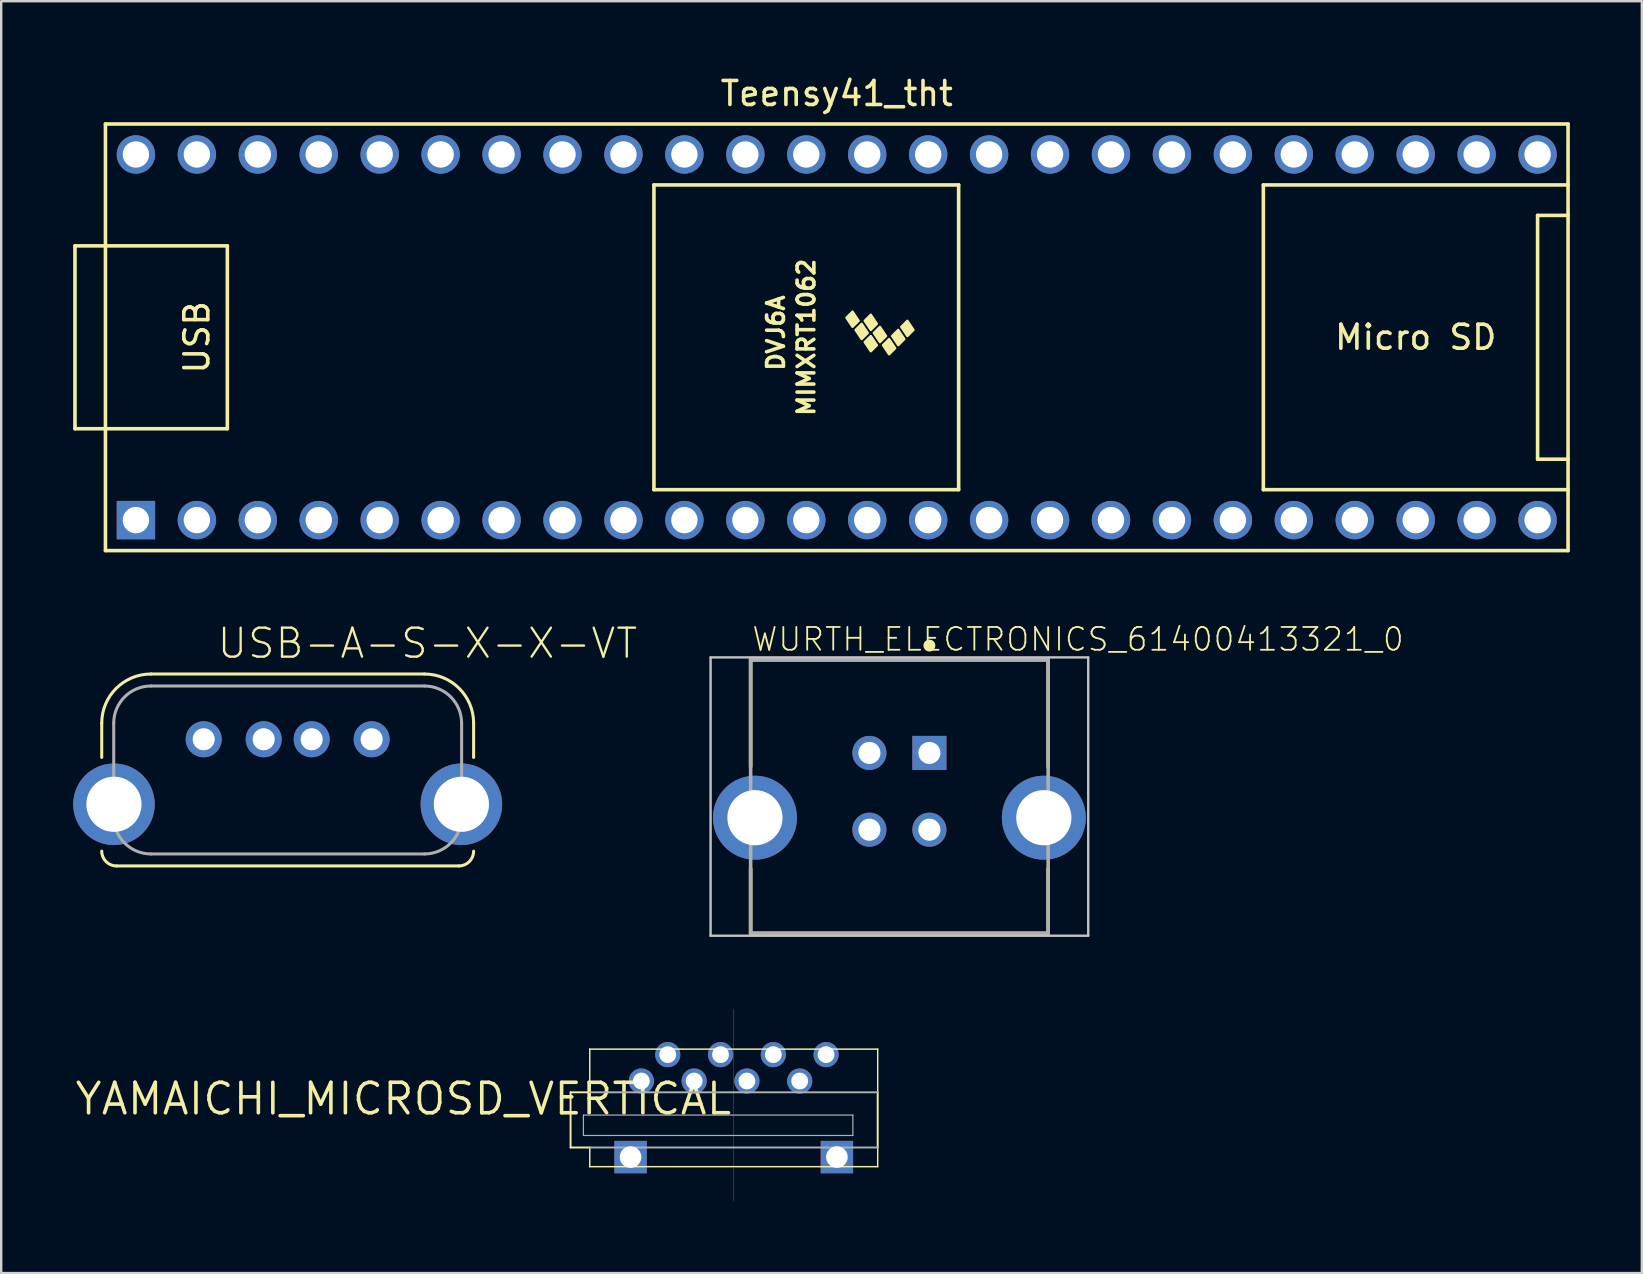
<source format=kicad_pcb>
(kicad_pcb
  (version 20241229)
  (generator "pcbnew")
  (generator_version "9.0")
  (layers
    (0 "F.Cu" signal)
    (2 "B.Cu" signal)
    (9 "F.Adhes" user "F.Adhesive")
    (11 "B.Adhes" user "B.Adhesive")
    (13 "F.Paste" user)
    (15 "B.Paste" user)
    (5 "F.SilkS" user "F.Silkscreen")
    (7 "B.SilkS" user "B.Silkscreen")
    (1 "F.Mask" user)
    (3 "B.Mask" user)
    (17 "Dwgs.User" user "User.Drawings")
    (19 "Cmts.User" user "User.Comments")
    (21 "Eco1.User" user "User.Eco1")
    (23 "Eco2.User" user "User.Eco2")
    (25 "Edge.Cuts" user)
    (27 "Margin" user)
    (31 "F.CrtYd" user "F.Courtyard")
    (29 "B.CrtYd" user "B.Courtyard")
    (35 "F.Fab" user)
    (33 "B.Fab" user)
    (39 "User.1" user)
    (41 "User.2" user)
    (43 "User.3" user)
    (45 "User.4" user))
  (footprint "Teensy41_tht"
    (layer "F.Cu")
    (at 31.825 11.008)
    (property "Reference" "Teensy41_tht" (at 0 -10.16 0) (layer "F.SilkS") (effects (font (size 1 1) (thickness 0.15))))
    (attr through_hole)
    (fp_line (start -31.75 -3.81) (end -30.48 -3.81) (stroke (width 0.15) (type solid)) (layer "F.SilkS"))
    (fp_line (start -31.75 3.81) (end -31.75 -3.81) (stroke (width 0.15) (type solid)) (layer "F.SilkS"))
    (fp_line (start -30.48 -8.89) (end 30.48 -8.89) (stroke (width 0.15) (type solid)) (layer "F.SilkS"))
    (fp_line (start -30.48 3.81) (end -31.75 3.81) (stroke (width 0.15) (type solid)) (layer "F.SilkS"))
    (fp_line (start -30.48 8.89) (end -30.48 -8.89) (stroke (width 0.15) (type solid)) (layer "F.SilkS"))
    (fp_line (start -25.4 -3.81) (end -30.48 -3.81) (stroke (width 0.15) (type solid)) (layer "F.SilkS"))
    (fp_line (start -25.4 3.81) (end -30.48 3.81) (stroke (width 0.15) (type solid)) (layer "F.SilkS"))
    (fp_line (start -25.4 3.81) (end -25.4 -3.81) (stroke (width 0.15) (type solid)) (layer "F.SilkS"))
    (fp_line (start -7.62 -6.35) (end -7.62 6.35) (stroke (width 0.15) (type solid)) (layer "F.SilkS"))
    (fp_line (start -7.62 6.35) (end 5.08 6.35) (stroke (width 0.15) (type solid)) (layer "F.SilkS"))
    (fp_line (start 5.08 -6.35) (end -7.62 -6.35) (stroke (width 0.15) (type solid)) (layer "F.SilkS"))
    (fp_line (start 5.08 6.35) (end 5.08 -6.35) (stroke (width 0.15) (type solid)) (layer "F.SilkS"))
    (fp_line (start 17.78 -6.35) (end 17.78 6.35) (stroke (width 0.15) (type solid)) (layer "F.SilkS"))
    (fp_line (start 17.78 6.35) (end 30.48 6.35) (stroke (width 0.15) (type solid)) (layer "F.SilkS"))
    (fp_line (start 29.21 -5.08) (end 29.21 5.08) (stroke (width 0.15) (type solid)) (layer "F.SilkS"))
    (fp_line (start 29.21 5.08) (end 30.48 5.08) (stroke (width 0.15) (type solid)) (layer "F.SilkS"))
    (fp_line (start 30.48 -8.89) (end 30.48 8.89) (stroke (width 0.15) (type solid)) (layer "F.SilkS"))
    (fp_line (start 30.48 -6.35) (end 17.78 -6.35) (stroke (width 0.15) (type solid)) (layer "F.SilkS"))
    (fp_line (start 30.48 -5.08) (end 29.21 -5.08) (stroke (width 0.15) (type solid)) (layer "F.SilkS"))
    (fp_line (start 30.48 8.89) (end -30.48 8.89) (stroke (width 0.15) (type solid)) (layer "F.SilkS"))
    (fp_poly (pts (xy 0.911 -0.688) (xy 0.657 -0.434) (xy 0.403 -0.815) (xy 0.657 -1.069)) (stroke (width 0.1) (type solid)) (fill yes) (layer "F.SilkS"))
    (fp_poly (pts (xy 1.292 -0.18) (xy 1.038 0.074) (xy 0.784 -0.307) (xy 1.038 -0.561)) (stroke (width 0.1) (type solid)) (fill yes) (layer "F.SilkS"))
    (fp_poly (pts (xy 1.673 -0.561) (xy 1.419 -0.307) (xy 1.165 -0.688) (xy 1.419 -0.942)) (stroke (width 0.1) (type solid)) (fill yes) (layer "F.SilkS"))
    (fp_poly (pts (xy 1.673 0.328) (xy 1.419 0.582) (xy 1.165 0.201) (xy 1.419 -0.053)) (stroke (width 0.1) (type solid)) (fill yes) (layer "F.SilkS"))
    (fp_poly (pts (xy 2.054 -0.053) (xy 1.8 0.201) (xy 1.546 -0.18) (xy 1.8 -0.434)) (stroke (width 0.1) (type solid)) (fill yes) (layer "F.SilkS"))
    (fp_poly (pts (xy 2.435 0.455) (xy 2.181 0.709) (xy 1.927 0.328) (xy 2.181 0.074)) (stroke (width 0.1) (type solid)) (fill yes) (layer "F.SilkS"))
    (fp_poly (pts (xy 2.816 0.074) (xy 2.562 0.328) (xy 2.308 -0.053) (xy 2.562 -0.307)) (stroke (width 0.1) (type solid)) (fill yes) (layer "F.SilkS"))
    (fp_poly (pts (xy 3.197 -0.307) (xy 2.943 -0.053) (xy 2.689 -0.434) (xy 2.943 -0.688)) (stroke (width 0.1) (type solid)) (fill yes) (layer "F.SilkS"))
    (fp_text user "USB" (at -26.67 0 270) (layer "F.SilkS") (effects (font (size 1 1) (thickness 0.15))))
    (fp_text user "Micro SD" (at 24.13 0 0) (layer "F.SilkS") (effects (font (size 1 1) (thickness 0.15))))
    (fp_text user "DVJ6A" (at -2.54 -0.18 270) (layer "F.SilkS") (effects (font (size 0.7 0.7) (thickness 0.15))))
    (fp_text user "MIMXRT1062" (at -1.27 0 270) (layer "F.SilkS") (effects (font (size 0.7 0.7) (thickness 0.15))))
    (pad "1" thru_hole rect (at -29.21 7.62) (size 1.6 1.6) (drill 1.1) (layers "*.Cu" "*.Mask"))
    (pad "2" thru_hole circle (at -26.67 7.62) (size 1.6 1.6) (drill 1.1) (layers "*.Cu" "*.Mask"))
    (pad "3" thru_hole circle (at -24.13 7.62) (size 1.6 1.6) (drill 1.1) (layers "*.Cu" "*.Mask"))
    (pad "4" thru_hole circle (at -21.59 7.62) (size 1.6 1.6) (drill 1.1) (layers "*.Cu" "*.Mask"))
    (pad "5" thru_hole circle (at -19.05 7.62) (size 1.6 1.6) (drill 1.1) (layers "*.Cu" "*.Mask"))
    (pad "6" thru_hole circle (at -16.51 7.62) (size 1.6 1.6) (drill 1.1) (layers "*.Cu" "*.Mask"))
    (pad "7" thru_hole circle (at -13.97 7.62) (size 1.6 1.6) (drill 1.1) (layers "*.Cu" "*.Mask"))
    (pad "8" thru_hole circle (at -11.43 7.62) (size 1.6 1.6) (drill 1.1) (layers "*.Cu" "*.Mask"))
    (pad "9" thru_hole circle (at -8.89 7.62) (size 1.6 1.6) (drill 1.1) (layers "*.Cu" "*.Mask"))
    (pad "10" thru_hole circle (at -6.35 7.62) (size 1.6 1.6) (drill 1.1) (layers "*.Cu" "*.Mask"))
    (pad "11" thru_hole circle (at -3.81 7.62) (size 1.6 1.6) (drill 1.1) (layers "*.Cu" "*.Mask"))
    (pad "12" thru_hole circle (at -1.27 7.62) (size 1.6 1.6) (drill 1.1) (layers "*.Cu" "*.Mask"))
    (pad "13" thru_hole circle (at 1.27 7.62) (size 1.6 1.6) (drill 1.1) (layers "*.Cu" "*.Mask"))
    (pad "14" thru_hole circle (at 3.81 7.62) (size 1.6 1.6) (drill 1.1) (layers "*.Cu" "*.Mask"))
    (pad "15" thru_hole circle (at 6.35 7.62) (size 1.6 1.6) (drill 1.1) (layers "*.Cu" "*.Mask"))
    (pad "16" thru_hole circle (at 8.89 7.62) (size 1.6 1.6) (drill 1.1) (layers "*.Cu" "*.Mask"))
    (pad "17" thru_hole circle (at 11.43 7.62) (size 1.6 1.6) (drill 1.1) (layers "*.Cu" "*.Mask"))
    (pad "18" thru_hole circle (at 13.97 7.62) (size 1.6 1.6) (drill 1.1) (layers "*.Cu" "*.Mask"))
    (pad "19" thru_hole circle (at 16.51 7.62) (size 1.6 1.6) (drill 1.1) (layers "*.Cu" "*.Mask"))
    (pad "20" thru_hole circle (at 19.05 7.62) (size 1.6 1.6) (drill 1.1) (layers "*.Cu" "*.Mask"))
    (pad "21" thru_hole circle (at 21.59 7.62) (size 1.6 1.6) (drill 1.1) (layers "*.Cu" "*.Mask"))
    (pad "22" thru_hole circle (at 24.13 7.62) (size 1.6 1.6) (drill 1.1) (layers "*.Cu" "*.Mask"))
    (pad "23" thru_hole circle (at 26.67 7.62) (size 1.6 1.6) (drill 1.1) (layers "*.Cu" "*.Mask"))
    (pad "24" thru_hole circle (at 29.21 7.62) (size 1.6 1.6) (drill 1.1) (layers "*.Cu" "*.Mask"))
    (pad "25" thru_hole circle (at 29.21 -7.62) (size 1.6 1.6) (drill 1.1) (layers "*.Cu" "*.Mask"))
    (pad "26" thru_hole circle (at 26.67 -7.62) (size 1.6 1.6) (drill 1.1) (layers "*.Cu" "*.Mask"))
    (pad "27" thru_hole circle (at 24.13 -7.62) (size 1.6 1.6) (drill 1.1) (layers "*.Cu" "*.Mask"))
    (pad "28" thru_hole circle (at 21.59 -7.62) (size 1.6 1.6) (drill 1.1) (layers "*.Cu" "*.Mask"))
    (pad "29" thru_hole circle (at 19.05 -7.62) (size 1.6 1.6) (drill 1.1) (layers "*.Cu" "*.Mask"))
    (pad "30" thru_hole circle (at 16.51 -7.62) (size 1.6 1.6) (drill 1.1) (layers "*.Cu" "*.Mask"))
    (pad "31" thru_hole circle (at 13.97 -7.62) (size 1.6 1.6) (drill 1.1) (layers "*.Cu" "*.Mask"))
    (pad "32" thru_hole circle (at 11.43 -7.62) (size 1.6 1.6) (drill 1.1) (layers "*.Cu" "*.Mask"))
    (pad "33" thru_hole circle (at 8.89 -7.62) (size 1.6 1.6) (drill 1.1) (layers "*.Cu" "*.Mask"))
    (pad "34" thru_hole circle (at 6.35 -7.62) (size 1.6 1.6) (drill 1.1) (layers "*.Cu" "*.Mask"))
    (pad "35" thru_hole circle (at 3.81 -7.62) (size 1.6 1.6) (drill 1.1) (layers "*.Cu" "*.Mask"))
    (pad "36" thru_hole circle (at 1.27 -7.62) (size 1.6 1.6) (drill 1.1) (layers "*.Cu" "*.Mask"))
    (pad "37" thru_hole circle (at -1.27 -7.62) (size 1.6 1.6) (drill 1.1) (layers "*.Cu" "*.Mask"))
    (pad "38" thru_hole circle (at -3.81 -7.62) (size 1.6 1.6) (drill 1.1) (layers "*.Cu" "*.Mask"))
    (pad "39" thru_hole circle (at -6.35 -7.62) (size 1.6 1.6) (drill 1.1) (layers "*.Cu" "*.Mask"))
    (pad "40" thru_hole circle (at -8.89 -7.62) (size 1.6 1.6) (drill 1.1) (layers "*.Cu" "*.Mask"))
    (pad "41" thru_hole circle (at -11.43 -7.62) (size 1.6 1.6) (drill 1.1) (layers "*.Cu" "*.Mask"))
    (pad "42" thru_hole circle (at -13.97 -7.62) (size 1.6 1.6) (drill 1.1) (layers "*.Cu" "*.Mask"))
    (pad "43" thru_hole circle (at -16.51 -7.62) (size 1.6 1.6) (drill 1.1) (layers "*.Cu" "*.Mask"))
    (pad "44" thru_hole circle (at -19.05 -7.62) (size 1.6 1.6) (drill 1.1) (layers "*.Cu" "*.Mask"))
    (pad "45" thru_hole circle (at -21.59 -7.62) (size 1.6 1.6) (drill 1.1) (layers "*.Cu" "*.Mask"))
    (pad "46" thru_hole circle (at -24.13 -7.62) (size 1.6 1.6) (drill 1.1) (layers "*.Cu" "*.Mask"))
    (pad "47" thru_hole circle (at -26.67 -7.62) (size 1.6 1.6) (drill 1.1) (layers "*.Cu" "*.Mask"))
    (pad "48" thru_hole circle (at -29.21 -7.62) (size 1.6 1.6) (drill 1.1) (layers "*.Cu" "*.Mask")))
  (footprint "WURTH_ELECTRONICS_61400413321_0"
    (layer "F.Cu")
    (at 34.436 30.151)
    (property "Reference" "WURTH_ELECTRONICS_61400413321_0" (at -6.2 -6 180) (layer "F.SilkS") (effects (font (size 0.95 0.95) (thickness 0.076)) (justify left bottom)))
    (attr through_hole)
    (fp_line (start -6.2 -5.7) (end 6.2 -5.7) (stroke (width 0.15) (type solid)) (layer "F.SilkS"))
    (fp_line (start -6.2 -1.245) (end -6.2 -5.7) (stroke (width 0.15) (type solid)) (layer "F.SilkS"))
    (fp_line (start -6.2 5.7) (end -6.2 3.005) (stroke (width 0.15) (type solid)) (layer "F.SilkS"))
    (fp_line (start -6.2 5.7) (end 6.2 5.7) (stroke (width 0.15) (type solid)) (layer "F.SilkS"))
    (fp_line (start 6.2 -1.245) (end 6.2 -5.7) (stroke (width 0.15) (type solid)) (layer "F.SilkS"))
    (fp_line (start 6.2 5.7) (end 6.2 3.005) (stroke (width 0.15) (type solid)) (layer "F.SilkS"))
    (fp_circle (center 1.25 -6.295) (end 1.375 -6.295) (stroke (width 0.25) (type solid)) (fill no) (layer "F.SilkS"))
    (fp_line (start -7.87 -5.8) (end 7.87 -5.8) (stroke (width 0.1) (type solid)) (layer "Dwgs.User"))
    (fp_line (start -7.87 5.8) (end -7.87 -5.8) (stroke (width 0.1) (type solid)) (layer "Dwgs.User"))
    (fp_line (start 7.87 -5.8) (end 7.87 5.8) (stroke (width 0.1) (type solid)) (layer "Dwgs.User"))
    (fp_line (start 7.87 5.8) (end -7.87 5.8) (stroke (width 0.1) (type solid)) (layer "Dwgs.User"))
    (fp_line (start -6.2 -5.7) (end 6.2 -5.7) (stroke (width 0.15) (type solid)) (layer "F.Fab"))
    (fp_line (start -6.2 5.7) (end -6.2 -5.7) (stroke (width 0.15) (type solid)) (layer "F.Fab"))
    (fp_line (start 6.2 -5.7) (end 6.2 5.7) (stroke (width 0.15) (type solid)) (layer "F.Fab"))
    (fp_line (start 6.2 5.7) (end -6.2 5.7) (stroke (width 0.15) (type solid)) (layer "F.Fab"))
    (pad "1" thru_hole rect (at 1.25 -1.82) (size 1.42 1.42) (drill 0.92) (layers "*.Cu" "*.Mask"))
    (pad "2" thru_hole circle (at -1.25 -1.82) (size 1.42 1.42) (drill 0.92) (layers "*.Cu" "*.Mask"))
    (pad "3" thru_hole circle (at -1.25 1.38) (size 1.42 1.42) (drill 0.92) (layers "*.Cu" "*.Mask"))
    (pad "4" thru_hole circle (at 1.25 1.38) (size 1.42 1.42) (drill 0.92) (layers "*.Cu" "*.Mask"))
    (pad "5" thru_hole circle (at -6.02 0.88) (size 3.5 3.5) (drill 2.3) (layers "*.Cu" "*.Mask"))
    (pad "6" thru_hole circle (at 6.02 0.88) (size 3.5 3.5) (drill 2.3) (layers "*.Cu" "*.Mask")))
  (footprint "YAMAICHI_MICROSD_VERTICAL"
    (layer "F.Cu")
    (at 27.531 42.006)
    (property "Reference" "YAMAICHI_MICROSD_VERTICAL" (at 0 0 0) (layer "F.SilkS") (effects (font (size 1.27 1.27) (thickness 0.15)) (justify right top)))
    (attr through_hole)
    (fp_line (start -6.8 0.47) (end -6 0.47) (stroke (width 0.08) (type solid)) (layer "F.SilkS"))
    (fp_line (start -6.8 2.77) (end -6.8 0.47) (stroke (width 0.08) (type solid)) (layer "F.SilkS"))
    (fp_line (start -6 -1.33) (end 6 -1.33) (stroke (width 0.06) (type solid)) (layer "F.SilkS"))
    (fp_line (start -6 0.47) (end -6 -1.33) (stroke (width 0.06) (type solid)) (layer "F.SilkS"))
    (fp_line (start -6 2.77) (end -6.8 2.77) (stroke (width 0.08) (type solid)) (layer "F.SilkS"))
    (fp_line (start -6 2.77) (end -6 3.57) (stroke (width 0.06) (type solid)) (layer "F.SilkS"))
    (fp_line (start -6 3.57) (end 6 3.57) (stroke (width 0.06) (type solid)) (layer "F.SilkS"))
    (fp_line (start 6 -1.33) (end 6 0.47) (stroke (width 0.06) (type solid)) (layer "F.SilkS"))
    (fp_line (start 6 0.47) (end 6 2.77) (stroke (width 0.08) (type solid)) (layer "F.SilkS"))
    (fp_line (start 6 3.57) (end 6 2.77) (stroke (width 0.06) (type solid)) (layer "F.SilkS"))
    (fp_line (start -6.265 1.42) (end 4.965 1.42) (stroke (width 0.05) (type solid)) (layer "F.Fab"))
    (fp_line (start -6.265 2.27) (end -6.265 1.42) (stroke (width 0.05) (type solid)) (layer "F.Fab"))
    (fp_line (start -6 0.47) (end 6 0.47) (stroke (width 0.08) (type solid)) (layer "F.Fab"))
    (fp_line (start 0 5) (end 0 -3) (stroke (width 0.01) (type solid)) (layer "F.Fab"))
    (fp_line (start 4.965 1.42) (end 4.965 2.27) (stroke (width 0.05) (type solid)) (layer "F.Fab"))
    (fp_line (start 4.965 2.27) (end -6.265 2.27) (stroke (width 0.05) (type solid)) (layer "F.Fab"))
    (fp_line (start 6 2.77) (end -6 2.77) (stroke (width 0.08) (type solid)) (layer "F.Fab"))
    (pad "1" thru_hole circle (at -3.85 0) (size 1.05 1.05) (drill 0.7) (layers "*.Cu" "*.Mask"))
    (pad "2" thru_hole circle (at -2.75 -1.1) (size 1.05 1.05) (drill 0.7) (layers "*.Cu" "*.Mask"))
    (pad "3" thru_hole circle (at -1.65 0) (size 1.05 1.05) (drill 0.7) (layers "*.Cu" "*.Mask"))
    (pad "4" thru_hole circle (at -0.55 -1.1) (size 1.05 1.05) (drill 0.7) (layers "*.Cu" "*.Mask"))
    (pad "5" thru_hole circle (at 0.55 0) (size 1.05 1.05) (drill 0.7) (layers "*.Cu" "*.Mask"))
    (pad "6" thru_hole circle (at 1.65 -1.1) (size 1.05 1.05) (drill 0.7) (layers "*.Cu" "*.Mask"))
    (pad "7" thru_hole circle (at 2.75 0) (size 1.05 1.05) (drill 0.7) (layers "*.Cu" "*.Mask"))
    (pad "8" thru_hole circle (at 3.85 -1.1) (size 1.05 1.05) (drill 0.7) (layers "*.Cu" "*.Mask"))
    (pad "9" thru_hole rect (at 4.3 3.17) (size 1.35 1.35) (drill 0.9) (layers "*.Cu" "*.Mask"))
    (pad "10" thru_hole rect (at -4.3 3.17) (size 1.35 1.35) (drill 0.9) (layers "*.Cu" "*.Mask")))
  (footprint "USB-A-S-X-X-VT"
    (layer "F.Cu")
    (at 8.94 30.472)
    (property "Reference" "USB-A-S-X-X-VT" (at -3.001 -6.002 0) (layer "F.SilkS") (effects (font (size 1.207 1.207) (thickness 0.097)) (justify left bottom)))
    (attr through_hole)
    (fp_line (start -7.75 -1.954) (end -7.75 -3.38) (stroke (width 0.127) (type solid)) (layer "F.SilkS"))
    (fp_line (start -5.7 -5.43) (end 5.7 -5.43) (stroke (width 0.127) (type solid)) (layer "F.SilkS"))
    (fp_line (start 7.134 2.57) (end -7.134 2.57) (stroke (width 0.127) (type solid)) (layer "F.SilkS"))
    (fp_line (start 7.75 -3.38) (end 7.75 -1.954) (stroke (width 0.127) (type solid)) (layer "F.SilkS"))
    (fp_arc (start -7.75 -3.38) (mid -7.149569 -4.829569) (end -5.7 -5.43) (stroke (width 0.127) (type solid)) (layer "F.SilkS"))
    (fp_arc (start -7.134 2.57) (mid -7.569578 2.389578) (end -7.75 1.954) (stroke (width 0.127) (type solid)) (layer "F.SilkS"))
    (fp_arc (start 5.7 -5.43) (mid 7.149569 -4.829569) (end 7.75 -3.38) (stroke (width 0.127) (type solid)) (layer "F.SilkS"))
    (fp_arc (start 7.75 1.954) (mid 7.569578 2.389578) (end 7.134 2.57) (stroke (width 0.127) (type solid)) (layer "F.SilkS"))
    (fp_line (start -7.25 0.52) (end -7.25 -3.38) (stroke (width 0.127) (type solid)) (layer "F.Fab"))
    (fp_line (start -5.7 -4.93) (end 5.7 -4.93) (stroke (width 0.127) (type solid)) (layer "F.Fab"))
    (fp_line (start 5.7 2.07) (end -5.7 2.07) (stroke (width 0.127) (type solid)) (layer "F.Fab"))
    (fp_line (start 7.25 -3.38) (end 7.25 0.52) (stroke (width 0.127) (type solid)) (layer "F.Fab"))
    (fp_arc (start -7.25 -3.38) (mid -6.796016 -4.476016) (end -5.7 -4.93) (stroke (width 0.127) (type solid)) (layer "F.Fab"))
    (fp_arc (start -5.7 2.07) (mid -6.796016 1.616015) (end -7.250001 0.519999) (stroke (width 0.127) (type solid)) (layer "F.Fab"))
    (fp_arc (start 5.7 -4.93) (mid 6.796016 -4.476016) (end 7.25 -3.38) (stroke (width 0.127) (type solid)) (layer "F.Fab"))
    (fp_arc (start 7.25 0.52) (mid 6.796015 1.616015) (end 5.699999 2.069999) (stroke (width 0.127) (type solid)) (layer "F.Fab"))
    (pad "1" thru_hole circle (at -3.5 -2.71) (size 1.5 1.5) (drill 0.92) (layers "*.Cu" "*.Mask"))
    (pad "2" thru_hole circle (at -1 -2.71) (size 1.5 1.5) (drill 0.92) (layers "*.Cu" "*.Mask"))
    (pad "3" thru_hole circle (at 1 -2.71) (size 1.5 1.5) (drill 0.92) (layers "*.Cu" "*.Mask"))
    (pad "4" thru_hole circle (at 3.5 -2.71) (size 1.5 1.5) (drill 0.92) (layers "*.Cu" "*.Mask"))
    (pad "5" thru_hole circle (at -7.24 0) (size 3.4 3.4) (drill 2.3) (layers "*.Cu" "*.Mask"))
    (pad "6" thru_hole circle (at 7.24 0) (size 3.4 3.4) (drill 2.3) (layers "*.Cu" "*.Mask")))
  (gr_rect
    (start -3 -3)
    (end 65.38 50.011)
    (stroke (width 0.1) (type default))
    (fill no)
    (layer "Edge.Cuts")))
</source>
